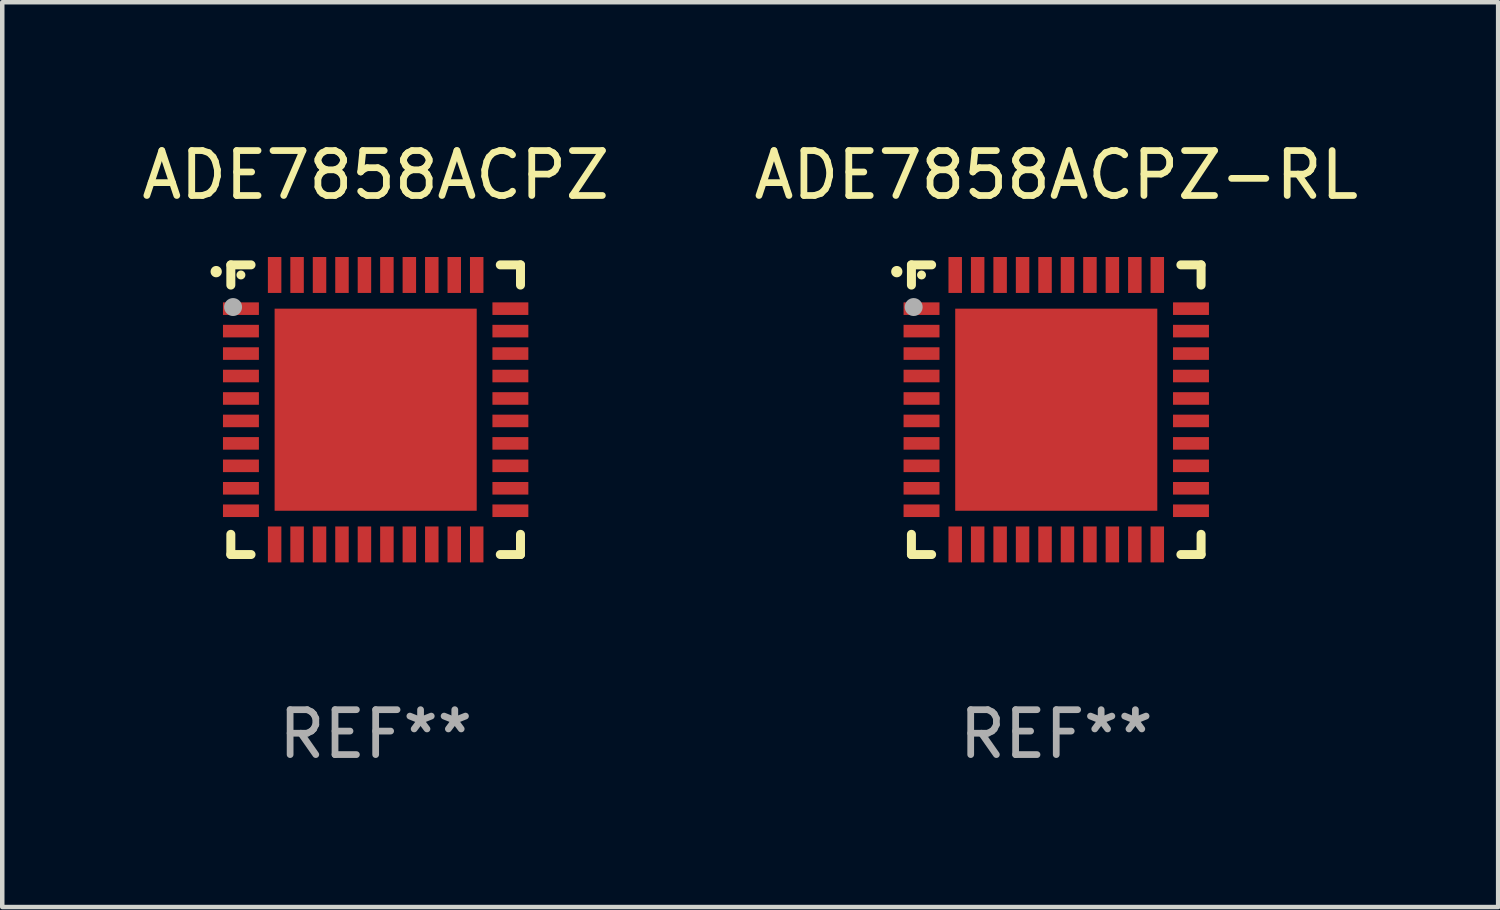
<source format=kicad_pcb>
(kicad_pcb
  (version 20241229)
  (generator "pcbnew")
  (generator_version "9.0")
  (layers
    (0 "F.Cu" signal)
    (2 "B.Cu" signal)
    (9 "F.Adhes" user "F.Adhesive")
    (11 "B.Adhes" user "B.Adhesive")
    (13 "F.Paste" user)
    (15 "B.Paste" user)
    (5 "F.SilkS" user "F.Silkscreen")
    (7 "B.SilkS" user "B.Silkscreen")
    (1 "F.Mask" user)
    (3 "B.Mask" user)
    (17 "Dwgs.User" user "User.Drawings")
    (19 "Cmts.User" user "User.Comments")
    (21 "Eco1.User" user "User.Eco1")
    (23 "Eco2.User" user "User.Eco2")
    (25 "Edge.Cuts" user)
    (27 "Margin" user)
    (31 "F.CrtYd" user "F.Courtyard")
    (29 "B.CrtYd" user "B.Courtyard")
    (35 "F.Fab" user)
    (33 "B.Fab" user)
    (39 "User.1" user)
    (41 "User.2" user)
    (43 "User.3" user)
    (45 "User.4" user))
  (footprint "ADE7858ACPZ-RL"
    (layer "F.Cu")
    (at 20.47 6.073)
    (property "Reference" "ADE7858ACPZ-RL" (at 0 -5.225 0) (layer "F.SilkS") (effects (font (size 1 1) (thickness 0.15))))
    (attr through_hole)
    (fp_line (start -3.225 -3.225) (end -2.775 -3.225) (stroke (width 0.2) (type solid)) (layer "F.SilkS"))
    (fp_line (start -3.225 -2.775) (end -3.225 -3.225) (stroke (width 0.2) (type solid)) (layer "F.SilkS"))
    (fp_line (start -3.225 2.775) (end -3.225 3.225) (stroke (width 0.2) (type solid)) (layer "F.SilkS"))
    (fp_line (start -3.225 3.225) (end -2.775 3.225) (stroke (width 0.2) (type solid)) (layer "F.SilkS"))
    (fp_line (start 2.775 -3.225) (end 3.225 -3.225) (stroke (width 0.2) (type solid)) (layer "F.SilkS"))
    (fp_line (start 2.775 3.225) (end 3.225 3.225) (stroke (width 0.2) (type solid)) (layer "F.SilkS"))
    (fp_line (start 3.225 -3.225) (end 3.225 -2.775) (stroke (width 0.2) (type solid)) (layer "F.SilkS"))
    (fp_line (start 3.225 3.225) (end 3.225 2.775) (stroke (width 0.2) (type solid)) (layer "F.SilkS"))
    (fp_arc (start -3.55094 -3.073406) (mid -3.550946 -3.074676) (end -3.55094 -3.075946) (stroke (width 0.25) (type solid)) (layer "F.SilkS"))
    (fp_circle (center -3 -3) (end -2.95 -3) (stroke (width 0.1) (type solid)) (fill no) (layer "F.SilkS"))
    (fp_circle (center -3.175 -2.286) (end -3.075 -2.286) (stroke (width 0.2) (type solid)) (fill no) (layer "F.Fab"))
    (fp_text user "REF**" (at 0 7.225 0) (layer "F.Fab") (effects (font (size 1 1) (thickness 0.15))))
    (pad "1" smd rect (at -3 -2.25) (size 0.8 0.28) (layers "F.Cu" "F.Mask" "F.Paste"))
    (pad "2" smd rect (at -3 -1.75) (size 0.8 0.28) (layers "F.Cu" "F.Mask" "F.Paste"))
    (pad "3" smd rect (at -3 -1.25) (size 0.8 0.28) (layers "F.Cu" "F.Mask" "F.Paste"))
    (pad "4" smd rect (at -3 -0.75) (size 0.8 0.28) (layers "F.Cu" "F.Mask" "F.Paste"))
    (pad "5" smd rect (at -3 -0.25) (size 0.8 0.28) (layers "F.Cu" "F.Mask" "F.Paste"))
    (pad "6" smd rect (at -3 0.25) (size 0.8 0.28) (layers "F.Cu" "F.Mask" "F.Paste"))
    (pad "7" smd rect (at -3 0.75) (size 0.8 0.28) (layers "F.Cu" "F.Mask" "F.Paste"))
    (pad "8" smd rect (at -3 1.25) (size 0.8 0.28) (layers "F.Cu" "F.Mask" "F.Paste"))
    (pad "9" smd rect (at -3 1.75) (size 0.8 0.28) (layers "F.Cu" "F.Mask" "F.Paste"))
    (pad "10" smd rect (at -3 2.25) (size 0.8 0.28) (layers "F.Cu" "F.Mask" "F.Paste"))
    (pad "11" smd rect (at -2.25 3) (size 0.3 0.8) (layers "F.Cu" "F.Mask" "F.Paste"))
    (pad "12" smd rect (at -1.75 3) (size 0.3 0.8) (layers "F.Cu" "F.Mask" "F.Paste"))
    (pad "13" smd rect (at -1.25 3) (size 0.3 0.8) (layers "F.Cu" "F.Mask" "F.Paste"))
    (pad "14" smd rect (at -0.75 3) (size 0.3 0.8) (layers "F.Cu" "F.Mask" "F.Paste"))
    (pad "15" smd rect (at -0.25 3) (size 0.3 0.8) (layers "F.Cu" "F.Mask" "F.Paste"))
    (pad "16" smd rect (at 0.25 3) (size 0.3 0.8) (layers "F.Cu" "F.Mask" "F.Paste"))
    (pad "17" smd rect (at 0.75 3) (size 0.3 0.8) (layers "F.Cu" "F.Mask" "F.Paste"))
    (pad "18" smd rect (at 1.25 3) (size 0.3 0.8) (layers "F.Cu" "F.Mask" "F.Paste"))
    (pad "19" smd rect (at 1.75 3) (size 0.3 0.8) (layers "F.Cu" "F.Mask" "F.Paste"))
    (pad "20" smd rect (at 2.25 3) (size 0.3 0.8) (layers "F.Cu" "F.Mask" "F.Paste"))
    (pad "21" smd rect (at 3 2.25) (size 0.8 0.28) (layers "F.Cu" "F.Mask" "F.Paste"))
    (pad "22" smd rect (at 3 1.75) (size 0.8 0.28) (layers "F.Cu" "F.Mask" "F.Paste"))
    (pad "23" smd rect (at 3 1.25) (size 0.8 0.28) (layers "F.Cu" "F.Mask" "F.Paste"))
    (pad "24" smd rect (at 3 0.75) (size 0.8 0.28) (layers "F.Cu" "F.Mask" "F.Paste"))
    (pad "25" smd rect (at 3 0.25) (size 0.8 0.28) (layers "F.Cu" "F.Mask" "F.Paste"))
    (pad "26" smd rect (at 3 -0.25) (size 0.8 0.28) (layers "F.Cu" "F.Mask" "F.Paste"))
    (pad "27" smd rect (at 3 -0.75) (size 0.8 0.28) (layers "F.Cu" "F.Mask" "F.Paste"))
    (pad "28" smd rect (at 3 -1.25) (size 0.8 0.28) (layers "F.Cu" "F.Mask" "F.Paste"))
    (pad "29" smd rect (at 3 -1.75) (size 0.8 0.28) (layers "F.Cu" "F.Mask" "F.Paste"))
    (pad "30" smd rect (at 3 -2.25) (size 0.8 0.28) (layers "F.Cu" "F.Mask" "F.Paste"))
    (pad "31" smd rect (at 2.25 -3) (size 0.3 0.8) (layers "F.Cu" "F.Mask" "F.Paste"))
    (pad "32" smd rect (at 1.75 -3) (size 0.3 0.8) (layers "F.Cu" "F.Mask" "F.Paste"))
    (pad "33" smd rect (at 1.25 -3) (size 0.3 0.8) (layers "F.Cu" "F.Mask" "F.Paste"))
    (pad "34" smd rect (at 0.75 -3) (size 0.3 0.8) (layers "F.Cu" "F.Mask" "F.Paste"))
    (pad "35" smd rect (at 0.25 -3) (size 0.3 0.8) (layers "F.Cu" "F.Mask" "F.Paste"))
    (pad "36" smd rect (at -0.25 -3) (size 0.3 0.8) (layers "F.Cu" "F.Mask" "F.Paste"))
    (pad "37" smd rect (at -0.75 -3) (size 0.3 0.8) (layers "F.Cu" "F.Mask" "F.Paste"))
    (pad "38" smd rect (at -1.25 -3) (size 0.3 0.8) (layers "F.Cu" "F.Mask" "F.Paste"))
    (pad "39" smd rect (at -1.75 -3) (size 0.3 0.8) (layers "F.Cu" "F.Mask" "F.Paste"))
    (pad "40" smd rect (at -2.25 -3) (size 0.3 0.8) (layers "F.Cu" "F.Mask" "F.Paste"))
    (pad "41" smd rect (at -0.000013 0) (size 4.5 4.5) (layers "F.Cu" "F.Mask" "F.Paste")))
  (footprint "ADE7858ACPZ"
    (layer "F.Cu")
    (at 5.315 6.073)
    (property "Reference" "ADE7858ACPZ" (at 0 -5.225 0) (layer "F.SilkS") (effects (font (size 1 1) (thickness 0.15))))
    (attr through_hole)
    (fp_line (start -3.225 -3.225) (end -2.775 -3.225) (stroke (width 0.2) (type solid)) (layer "F.SilkS"))
    (fp_line (start -3.225 -2.775) (end -3.225 -3.225) (stroke (width 0.2) (type solid)) (layer "F.SilkS"))
    (fp_line (start -3.225 2.775) (end -3.225 3.225) (stroke (width 0.2) (type solid)) (layer "F.SilkS"))
    (fp_line (start -3.225 3.225) (end -2.775 3.225) (stroke (width 0.2) (type solid)) (layer "F.SilkS"))
    (fp_line (start 2.775 -3.225) (end 3.225 -3.225) (stroke (width 0.2) (type solid)) (layer "F.SilkS"))
    (fp_line (start 2.775 3.225) (end 3.225 3.225) (stroke (width 0.2) (type solid)) (layer "F.SilkS"))
    (fp_line (start 3.225 -3.225) (end 3.225 -2.775) (stroke (width 0.2) (type solid)) (layer "F.SilkS"))
    (fp_line (start 3.225 3.225) (end 3.225 2.775) (stroke (width 0.2) (type solid)) (layer "F.SilkS"))
    (fp_arc (start -3.55094 -3.073406) (mid -3.550946 -3.074676) (end -3.55094 -3.075946) (stroke (width 0.25) (type solid)) (layer "F.SilkS"))
    (fp_circle (center -3 -3) (end -2.95 -3) (stroke (width 0.1) (type solid)) (fill no) (layer "F.SilkS"))
    (fp_circle (center -3.175 -2.286) (end -3.075 -2.286) (stroke (width 0.2) (type solid)) (fill no) (layer "F.Fab"))
    (fp_text user "REF**" (at 0 7.225 0) (layer "F.Fab") (effects (font (size 1 1) (thickness 0.15))))
    (pad "1" smd rect (at -3 -2.25) (size 0.8 0.28) (layers "F.Cu" "F.Mask" "F.Paste"))
    (pad "2" smd rect (at -3 -1.75) (size 0.8 0.28) (layers "F.Cu" "F.Mask" "F.Paste"))
    (pad "3" smd rect (at -3 -1.25) (size 0.8 0.28) (layers "F.Cu" "F.Mask" "F.Paste"))
    (pad "4" smd rect (at -3 -0.75) (size 0.8 0.28) (layers "F.Cu" "F.Mask" "F.Paste"))
    (pad "5" smd rect (at -3 -0.25) (size 0.8 0.28) (layers "F.Cu" "F.Mask" "F.Paste"))
    (pad "6" smd rect (at -3 0.25) (size 0.8 0.28) (layers "F.Cu" "F.Mask" "F.Paste"))
    (pad "7" smd rect (at -3 0.75) (size 0.8 0.28) (layers "F.Cu" "F.Mask" "F.Paste"))
    (pad "8" smd rect (at -3 1.25) (size 0.8 0.28) (layers "F.Cu" "F.Mask" "F.Paste"))
    (pad "9" smd rect (at -3 1.75) (size 0.8 0.28) (layers "F.Cu" "F.Mask" "F.Paste"))
    (pad "10" smd rect (at -3 2.25) (size 0.8 0.28) (layers "F.Cu" "F.Mask" "F.Paste"))
    (pad "11" smd rect (at -2.25 3) (size 0.3 0.8) (layers "F.Cu" "F.Mask" "F.Paste"))
    (pad "12" smd rect (at -1.75 3) (size 0.3 0.8) (layers "F.Cu" "F.Mask" "F.Paste"))
    (pad "13" smd rect (at -1.25 3) (size 0.3 0.8) (layers "F.Cu" "F.Mask" "F.Paste"))
    (pad "14" smd rect (at -0.75 3) (size 0.3 0.8) (layers "F.Cu" "F.Mask" "F.Paste"))
    (pad "15" smd rect (at -0.25 3) (size 0.3 0.8) (layers "F.Cu" "F.Mask" "F.Paste"))
    (pad "16" smd rect (at 0.25 3) (size 0.3 0.8) (layers "F.Cu" "F.Mask" "F.Paste"))
    (pad "17" smd rect (at 0.75 3) (size 0.3 0.8) (layers "F.Cu" "F.Mask" "F.Paste"))
    (pad "18" smd rect (at 1.25 3) (size 0.3 0.8) (layers "F.Cu" "F.Mask" "F.Paste"))
    (pad "19" smd rect (at 1.75 3) (size 0.3 0.8) (layers "F.Cu" "F.Mask" "F.Paste"))
    (pad "20" smd rect (at 2.25 3) (size 0.3 0.8) (layers "F.Cu" "F.Mask" "F.Paste"))
    (pad "21" smd rect (at 3 2.25) (size 0.8 0.28) (layers "F.Cu" "F.Mask" "F.Paste"))
    (pad "22" smd rect (at 3 1.75) (size 0.8 0.28) (layers "F.Cu" "F.Mask" "F.Paste"))
    (pad "23" smd rect (at 3 1.25) (size 0.8 0.28) (layers "F.Cu" "F.Mask" "F.Paste"))
    (pad "24" smd rect (at 3 0.75) (size 0.8 0.28) (layers "F.Cu" "F.Mask" "F.Paste"))
    (pad "25" smd rect (at 3 0.25) (size 0.8 0.28) (layers "F.Cu" "F.Mask" "F.Paste"))
    (pad "26" smd rect (at 3 -0.25) (size 0.8 0.28) (layers "F.Cu" "F.Mask" "F.Paste"))
    (pad "27" smd rect (at 3 -0.75) (size 0.8 0.28) (layers "F.Cu" "F.Mask" "F.Paste"))
    (pad "28" smd rect (at 3 -1.25) (size 0.8 0.28) (layers "F.Cu" "F.Mask" "F.Paste"))
    (pad "29" smd rect (at 3 -1.75) (size 0.8 0.28) (layers "F.Cu" "F.Mask" "F.Paste"))
    (pad "30" smd rect (at 3 -2.25) (size 0.8 0.28) (layers "F.Cu" "F.Mask" "F.Paste"))
    (pad "31" smd rect (at 2.25 -3) (size 0.3 0.8) (layers "F.Cu" "F.Mask" "F.Paste"))
    (pad "32" smd rect (at 1.75 -3) (size 0.3 0.8) (layers "F.Cu" "F.Mask" "F.Paste"))
    (pad "33" smd rect (at 1.25 -3) (size 0.3 0.8) (layers "F.Cu" "F.Mask" "F.Paste"))
    (pad "34" smd rect (at 0.75 -3) (size 0.3 0.8) (layers "F.Cu" "F.Mask" "F.Paste"))
    (pad "35" smd rect (at 0.25 -3) (size 0.3 0.8) (layers "F.Cu" "F.Mask" "F.Paste"))
    (pad "36" smd rect (at -0.25 -3) (size 0.3 0.8) (layers "F.Cu" "F.Mask" "F.Paste"))
    (pad "37" smd rect (at -0.75 -3) (size 0.3 0.8) (layers "F.Cu" "F.Mask" "F.Paste"))
    (pad "38" smd rect (at -1.25 -3) (size 0.3 0.8) (layers "F.Cu" "F.Mask" "F.Paste"))
    (pad "39" smd rect (at -1.75 -3) (size 0.3 0.8) (layers "F.Cu" "F.Mask" "F.Paste"))
    (pad "40" smd rect (at -2.25 -3) (size 0.3 0.8) (layers "F.Cu" "F.Mask" "F.Paste"))
    (pad "41" smd rect (at -0.000013 0) (size 4.5 4.5) (layers "F.Cu" "F.Mask" "F.Paste")))
  (gr_rect
    (start -3 -3)
    (end 30.31 17.147)
    (stroke (width 0.1) (type default))
    (fill no)
    (layer "Edge.Cuts")))
</source>
